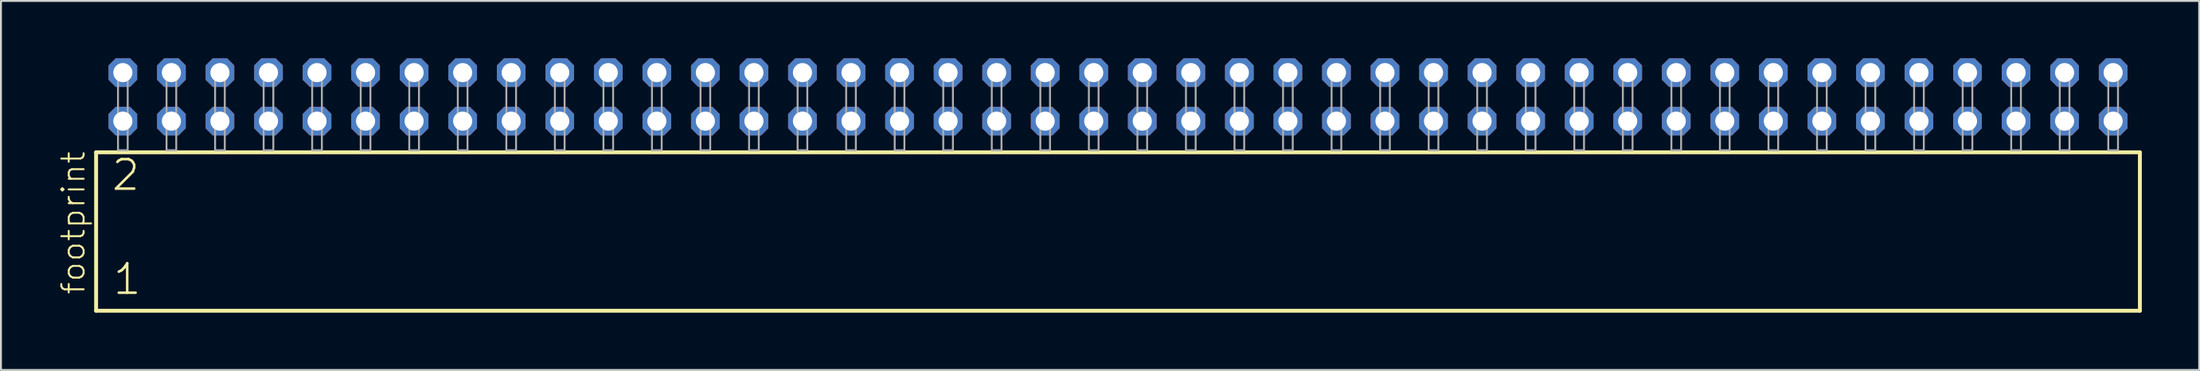
<source format=kicad_pcb>
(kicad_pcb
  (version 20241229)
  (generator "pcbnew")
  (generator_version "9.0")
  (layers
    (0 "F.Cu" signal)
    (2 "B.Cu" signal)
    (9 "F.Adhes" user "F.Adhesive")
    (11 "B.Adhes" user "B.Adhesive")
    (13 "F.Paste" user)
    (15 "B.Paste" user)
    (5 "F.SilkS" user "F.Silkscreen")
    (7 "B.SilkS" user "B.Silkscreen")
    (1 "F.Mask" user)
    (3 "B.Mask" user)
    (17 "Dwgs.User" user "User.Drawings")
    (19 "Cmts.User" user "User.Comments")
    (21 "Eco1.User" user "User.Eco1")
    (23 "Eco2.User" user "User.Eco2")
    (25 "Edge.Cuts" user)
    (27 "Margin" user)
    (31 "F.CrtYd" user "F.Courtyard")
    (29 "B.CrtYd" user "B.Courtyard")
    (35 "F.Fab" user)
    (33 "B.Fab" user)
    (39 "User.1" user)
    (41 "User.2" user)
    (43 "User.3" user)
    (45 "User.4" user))
  (footprint "footprint"
    (layer "F.Cu")
    (at 55.448 4.814)
    (property "Reference" "footprint" (at -53.975 7.62 90) (layer "F.SilkS") (effects (font (size 1.168 1.168) (thickness 0.102)) (justify left bottom)))
    (fp_line (start -53.469 0.106) (end -53.469 8.396) (stroke (width 0.203) (type solid)) (layer "F.SilkS"))
    (fp_line (start -53.469 8.396) (end 53.469 8.396) (stroke (width 0.203) (type solid)) (layer "F.SilkS"))
    (fp_line (start 53.469 0.106) (end -53.469 0.106) (stroke (width 0.203) (type solid)) (layer "F.SilkS"))
    (fp_line (start 53.469 8.396) (end 53.469 0.106) (stroke (width 0.203) (type solid)) (layer "F.SilkS"))
    (fp_poly (pts (xy -52.324 0) (xy -51.816 0) (xy -51.816 -4.318) (xy -52.324 -4.318)) (stroke (width 0.1) (type solid)) (fill no) (layer "F.Fab"))
    (fp_poly (pts (xy -49.784 0) (xy -49.276 0) (xy -49.276 -4.318) (xy -49.784 -4.318)) (stroke (width 0.1) (type solid)) (fill no) (layer "F.Fab"))
    (fp_poly (pts (xy -47.244 0) (xy -46.736 0) (xy -46.736 -4.318) (xy -47.244 -4.318)) (stroke (width 0.1) (type solid)) (fill no) (layer "F.Fab"))
    (fp_poly (pts (xy -44.704 0) (xy -44.196 0) (xy -44.196 -4.318) (xy -44.704 -4.318)) (stroke (width 0.1) (type solid)) (fill no) (layer "F.Fab"))
    (fp_poly (pts (xy -42.164 0) (xy -41.656 0) (xy -41.656 -4.318) (xy -42.164 -4.318)) (stroke (width 0.1) (type solid)) (fill no) (layer "F.Fab"))
    (fp_poly (pts (xy -39.624 0) (xy -39.116 0) (xy -39.116 -4.318) (xy -39.624 -4.318)) (stroke (width 0.1) (type solid)) (fill no) (layer "F.Fab"))
    (fp_poly (pts (xy -37.084 0) (xy -36.576 0) (xy -36.576 -4.318) (xy -37.084 -4.318)) (stroke (width 0.1) (type solid)) (fill no) (layer "F.Fab"))
    (fp_poly (pts (xy -34.544 0) (xy -34.036 0) (xy -34.036 -4.318) (xy -34.544 -4.318)) (stroke (width 0.1) (type solid)) (fill no) (layer "F.Fab"))
    (fp_poly (pts (xy -32.004 0) (xy -31.496 0) (xy -31.496 -4.318) (xy -32.004 -4.318)) (stroke (width 0.1) (type solid)) (fill no) (layer "F.Fab"))
    (fp_poly (pts (xy -29.464 0) (xy -28.956 0) (xy -28.956 -4.318) (xy -29.464 -4.318)) (stroke (width 0.1) (type solid)) (fill no) (layer "F.Fab"))
    (fp_poly (pts (xy -26.924 0) (xy -26.416 0) (xy -26.416 -4.318) (xy -26.924 -4.318)) (stroke (width 0.1) (type solid)) (fill no) (layer "F.Fab"))
    (fp_poly (pts (xy -24.384 0) (xy -23.876 0) (xy -23.876 -4.318) (xy -24.384 -4.318)) (stroke (width 0.1) (type solid)) (fill no) (layer "F.Fab"))
    (fp_poly (pts (xy -21.844 0) (xy -21.336 0) (xy -21.336 -4.318) (xy -21.844 -4.318)) (stroke (width 0.1) (type solid)) (fill no) (layer "F.Fab"))
    (fp_poly (pts (xy -19.304 0) (xy -18.796 0) (xy -18.796 -4.318) (xy -19.304 -4.318)) (stroke (width 0.1) (type solid)) (fill no) (layer "F.Fab"))
    (fp_poly (pts (xy -16.764 0) (xy -16.256 0) (xy -16.256 -4.318) (xy -16.764 -4.318)) (stroke (width 0.1) (type solid)) (fill no) (layer "F.Fab"))
    (fp_poly (pts (xy -14.224 0) (xy -13.716 0) (xy -13.716 -4.318) (xy -14.224 -4.318)) (stroke (width 0.1) (type solid)) (fill no) (layer "F.Fab"))
    (fp_poly (pts (xy -11.684 0) (xy -11.176 0) (xy -11.176 -4.318) (xy -11.684 -4.318)) (stroke (width 0.1) (type solid)) (fill no) (layer "F.Fab"))
    (fp_poly (pts (xy -9.144 0) (xy -8.636 0) (xy -8.636 -4.318) (xy -9.144 -4.318)) (stroke (width 0.1) (type solid)) (fill no) (layer "F.Fab"))
    (fp_poly (pts (xy -6.604 0) (xy -6.096 0) (xy -6.096 -4.318) (xy -6.604 -4.318)) (stroke (width 0.1) (type solid)) (fill no) (layer "F.Fab"))
    (fp_poly (pts (xy -4.064 0) (xy -3.556 0) (xy -3.556 -4.318) (xy -4.064 -4.318)) (stroke (width 0.1) (type solid)) (fill no) (layer "F.Fab"))
    (fp_poly (pts (xy -1.524 0) (xy -1.016 0) (xy -1.016 -4.318) (xy -1.524 -4.318)) (stroke (width 0.1) (type solid)) (fill no) (layer "F.Fab"))
    (fp_poly (pts (xy 1.016 0) (xy 1.524 0) (xy 1.524 -4.318) (xy 1.016 -4.318)) (stroke (width 0.1) (type solid)) (fill no) (layer "F.Fab"))
    (fp_poly (pts (xy 3.556 0) (xy 4.064 0) (xy 4.064 -4.318) (xy 3.556 -4.318)) (stroke (width 0.1) (type solid)) (fill no) (layer "F.Fab"))
    (fp_poly (pts (xy 6.096 0) (xy 6.604 0) (xy 6.604 -4.318) (xy 6.096 -4.318)) (stroke (width 0.1) (type solid)) (fill no) (layer "F.Fab"))
    (fp_poly (pts (xy 8.636 0) (xy 9.144 0) (xy 9.144 -4.318) (xy 8.636 -4.318)) (stroke (width 0.1) (type solid)) (fill no) (layer "F.Fab"))
    (fp_poly (pts (xy 11.176 0) (xy 11.684 0) (xy 11.684 -4.318) (xy 11.176 -4.318)) (stroke (width 0.1) (type solid)) (fill no) (layer "F.Fab"))
    (fp_poly (pts (xy 13.716 0) (xy 14.224 0) (xy 14.224 -4.318) (xy 13.716 -4.318)) (stroke (width 0.1) (type solid)) (fill no) (layer "F.Fab"))
    (fp_poly (pts (xy 16.256 0) (xy 16.764 0) (xy 16.764 -4.318) (xy 16.256 -4.318)) (stroke (width 0.1) (type solid)) (fill no) (layer "F.Fab"))
    (fp_poly (pts (xy 18.796 0) (xy 19.304 0) (xy 19.304 -4.318) (xy 18.796 -4.318)) (stroke (width 0.1) (type solid)) (fill no) (layer "F.Fab"))
    (fp_poly (pts (xy 21.336 0) (xy 21.844 0) (xy 21.844 -4.318) (xy 21.336 -4.318)) (stroke (width 0.1) (type solid)) (fill no) (layer "F.Fab"))
    (fp_poly (pts (xy 23.876 0) (xy 24.384 0) (xy 24.384 -4.318) (xy 23.876 -4.318)) (stroke (width 0.1) (type solid)) (fill no) (layer "F.Fab"))
    (fp_poly (pts (xy 26.416 0) (xy 26.924 0) (xy 26.924 -4.318) (xy 26.416 -4.318)) (stroke (width 0.1) (type solid)) (fill no) (layer "F.Fab"))
    (fp_poly (pts (xy 28.956 0) (xy 29.464 0) (xy 29.464 -4.318) (xy 28.956 -4.318)) (stroke (width 0.1) (type solid)) (fill no) (layer "F.Fab"))
    (fp_poly (pts (xy 31.496 0) (xy 32.004 0) (xy 32.004 -4.318) (xy 31.496 -4.318)) (stroke (width 0.1) (type solid)) (fill no) (layer "F.Fab"))
    (fp_poly (pts (xy 34.036 0) (xy 34.544 0) (xy 34.544 -4.318) (xy 34.036 -4.318)) (stroke (width 0.1) (type solid)) (fill no) (layer "F.Fab"))
    (fp_poly (pts (xy 36.576 0) (xy 37.084 0) (xy 37.084 -4.318) (xy 36.576 -4.318)) (stroke (width 0.1) (type solid)) (fill no) (layer "F.Fab"))
    (fp_poly (pts (xy 39.116 0) (xy 39.624 0) (xy 39.624 -4.318) (xy 39.116 -4.318)) (stroke (width 0.1) (type solid)) (fill no) (layer "F.Fab"))
    (fp_poly (pts (xy 41.656 0) (xy 42.164 0) (xy 42.164 -4.318) (xy 41.656 -4.318)) (stroke (width 0.1) (type solid)) (fill no) (layer "F.Fab"))
    (fp_poly (pts (xy 44.196 0) (xy 44.704 0) (xy 44.704 -4.318) (xy 44.196 -4.318)) (stroke (width 0.1) (type solid)) (fill no) (layer "F.Fab"))
    (fp_poly (pts (xy 46.736 0) (xy 47.244 0) (xy 47.244 -4.318) (xy 46.736 -4.318)) (stroke (width 0.1) (type solid)) (fill no) (layer "F.Fab"))
    (fp_poly (pts (xy 49.276 0) (xy 49.784 0) (xy 49.784 -4.318) (xy 49.276 -4.318)) (stroke (width 0.1) (type solid)) (fill no) (layer "F.Fab"))
    (fp_poly (pts (xy 51.816 0) (xy 52.324 0) (xy 52.324 -4.318) (xy 51.816 -4.318)) (stroke (width 0.1) (type solid)) (fill no) (layer "F.Fab"))
    (fp_text user "2" (at -52.74 2.2 0) (layer "F.SilkS") (effects (font (size 1.542 1.542) (thickness 0.134)) (justify left bottom)))
    (fp_text user "1" (at -52.665 7.65 0) (layer "F.SilkS") (effects (font (size 1.542 1.542) (thickness 0.134)) (justify left bottom)))
    (pad "1" thru_hole roundrect (at -52.07 -1.524) (size 1.5 1.5) (drill 1) (layers "*.Cu" "*.Mask") (roundrect_rratio 0.25) (chamfer_ratio 0.25) (chamfer top_left top_right bottom_left bottom_right))
    (pad "2" thru_hole roundrect (at -52.07 -4.064) (size 1.5 1.5) (drill 1) (layers "*.Cu" "*.Mask") (roundrect_rratio 0.25) (chamfer_ratio 0.25) (chamfer top_left top_right bottom_left bottom_right))
    (pad "3" thru_hole roundrect (at -49.53 -1.524) (size 1.5 1.5) (drill 1) (layers "*.Cu" "*.Mask") (roundrect_rratio 0.25) (chamfer_ratio 0.25) (chamfer top_left top_right bottom_left bottom_right))
    (pad "4" thru_hole roundrect (at -49.53 -4.064) (size 1.5 1.5) (drill 1) (layers "*.Cu" "*.Mask") (roundrect_rratio 0.25) (chamfer_ratio 0.25) (chamfer top_left top_right bottom_left bottom_right))
    (pad "5" thru_hole roundrect (at -46.99 -1.524) (size 1.5 1.5) (drill 1) (layers "*.Cu" "*.Mask") (roundrect_rratio 0.25) (chamfer_ratio 0.25) (chamfer top_left top_right bottom_left bottom_right))
    (pad "6" thru_hole roundrect (at -46.99 -4.064) (size 1.5 1.5) (drill 1) (layers "*.Cu" "*.Mask") (roundrect_rratio 0.25) (chamfer_ratio 0.25) (chamfer top_left top_right bottom_left bottom_right))
    (pad "7" thru_hole roundrect (at -44.45 -1.524) (size 1.5 1.5) (drill 1) (layers "*.Cu" "*.Mask") (roundrect_rratio 0.25) (chamfer_ratio 0.25) (chamfer top_left top_right bottom_left bottom_right))
    (pad "8" thru_hole roundrect (at -44.45 -4.064) (size 1.5 1.5) (drill 1) (layers "*.Cu" "*.Mask") (roundrect_rratio 0.25) (chamfer_ratio 0.25) (chamfer top_left top_right bottom_left bottom_right))
    (pad "9" thru_hole roundrect (at -41.91 -1.524) (size 1.5 1.5) (drill 1) (layers "*.Cu" "*.Mask") (roundrect_rratio 0.25) (chamfer_ratio 0.25) (chamfer top_left top_right bottom_left bottom_right))
    (pad "10" thru_hole roundrect (at -41.91 -4.064) (size 1.5 1.5) (drill 1) (layers "*.Cu" "*.Mask") (roundrect_rratio 0.25) (chamfer_ratio 0.25) (chamfer top_left top_right bottom_left bottom_right))
    (pad "11" thru_hole roundrect (at -39.37 -1.524) (size 1.5 1.5) (drill 1) (layers "*.Cu" "*.Mask") (roundrect_rratio 0.25) (chamfer_ratio 0.25) (chamfer top_left top_right bottom_left bottom_right))
    (pad "12" thru_hole roundrect (at -39.37 -4.064) (size 1.5 1.5) (drill 1) (layers "*.Cu" "*.Mask") (roundrect_rratio 0.25) (chamfer_ratio 0.25) (chamfer top_left top_right bottom_left bottom_right))
    (pad "13" thru_hole roundrect (at -36.83 -1.524) (size 1.5 1.5) (drill 1) (layers "*.Cu" "*.Mask") (roundrect_rratio 0.25) (chamfer_ratio 0.25) (chamfer top_left top_right bottom_left bottom_right))
    (pad "14" thru_hole roundrect (at -36.83 -4.064) (size 1.5 1.5) (drill 1) (layers "*.Cu" "*.Mask") (roundrect_rratio 0.25) (chamfer_ratio 0.25) (chamfer top_left top_right bottom_left bottom_right))
    (pad "15" thru_hole roundrect (at -34.29 -1.524) (size 1.5 1.5) (drill 1) (layers "*.Cu" "*.Mask") (roundrect_rratio 0.25) (chamfer_ratio 0.25) (chamfer top_left top_right bottom_left bottom_right))
    (pad "16" thru_hole roundrect (at -34.29 -4.064) (size 1.5 1.5) (drill 1) (layers "*.Cu" "*.Mask") (roundrect_rratio 0.25) (chamfer_ratio 0.25) (chamfer top_left top_right bottom_left bottom_right))
    (pad "17" thru_hole roundrect (at -31.75 -1.524) (size 1.5 1.5) (drill 1) (layers "*.Cu" "*.Mask") (roundrect_rratio 0.25) (chamfer_ratio 0.25) (chamfer top_left top_right bottom_left bottom_right))
    (pad "18" thru_hole roundrect (at -31.75 -4.064) (size 1.5 1.5) (drill 1) (layers "*.Cu" "*.Mask") (roundrect_rratio 0.25) (chamfer_ratio 0.25) (chamfer top_left top_right bottom_left bottom_right))
    (pad "19" thru_hole roundrect (at -29.21 -1.524) (size 1.5 1.5) (drill 1) (layers "*.Cu" "*.Mask") (roundrect_rratio 0.25) (chamfer_ratio 0.25) (chamfer top_left top_right bottom_left bottom_right))
    (pad "20" thru_hole roundrect (at -29.21 -4.064) (size 1.5 1.5) (drill 1) (layers "*.Cu" "*.Mask") (roundrect_rratio 0.25) (chamfer_ratio 0.25) (chamfer top_left top_right bottom_left bottom_right))
    (pad "21" thru_hole roundrect (at -26.67 -1.524) (size 1.5 1.5) (drill 1) (layers "*.Cu" "*.Mask") (roundrect_rratio 0.25) (chamfer_ratio 0.25) (chamfer top_left top_right bottom_left bottom_right))
    (pad "22" thru_hole roundrect (at -26.67 -4.064) (size 1.5 1.5) (drill 1) (layers "*.Cu" "*.Mask") (roundrect_rratio 0.25) (chamfer_ratio 0.25) (chamfer top_left top_right bottom_left bottom_right))
    (pad "23" thru_hole roundrect (at -24.13 -1.524) (size 1.5 1.5) (drill 1) (layers "*.Cu" "*.Mask") (roundrect_rratio 0.25) (chamfer_ratio 0.25) (chamfer top_left top_right bottom_left bottom_right))
    (pad "24" thru_hole roundrect (at -24.13 -4.064) (size 1.5 1.5) (drill 1) (layers "*.Cu" "*.Mask") (roundrect_rratio 0.25) (chamfer_ratio 0.25) (chamfer top_left top_right bottom_left bottom_right))
    (pad "25" thru_hole roundrect (at -21.59 -1.524) (size 1.5 1.5) (drill 1) (layers "*.Cu" "*.Mask") (roundrect_rratio 0.25) (chamfer_ratio 0.25) (chamfer top_left top_right bottom_left bottom_right))
    (pad "26" thru_hole roundrect (at -21.59 -4.064) (size 1.5 1.5) (drill 1) (layers "*.Cu" "*.Mask") (roundrect_rratio 0.25) (chamfer_ratio 0.25) (chamfer top_left top_right bottom_left bottom_right))
    (pad "27" thru_hole roundrect (at -19.05 -1.524) (size 1.5 1.5) (drill 1) (layers "*.Cu" "*.Mask") (roundrect_rratio 0.25) (chamfer_ratio 0.25) (chamfer top_left top_right bottom_left bottom_right))
    (pad "28" thru_hole roundrect (at -19.05 -4.064) (size 1.5 1.5) (drill 1) (layers "*.Cu" "*.Mask") (roundrect_rratio 0.25) (chamfer_ratio 0.25) (chamfer top_left top_right bottom_left bottom_right))
    (pad "29" thru_hole roundrect (at -16.51 -1.524) (size 1.5 1.5) (drill 1) (layers "*.Cu" "*.Mask") (roundrect_rratio 0.25) (chamfer_ratio 0.25) (chamfer top_left top_right bottom_left bottom_right))
    (pad "30" thru_hole roundrect (at -16.51 -4.064) (size 1.5 1.5) (drill 1) (layers "*.Cu" "*.Mask") (roundrect_rratio 0.25) (chamfer_ratio 0.25) (chamfer top_left top_right bottom_left bottom_right))
    (pad "31" thru_hole roundrect (at -13.97 -1.524) (size 1.5 1.5) (drill 1) (layers "*.Cu" "*.Mask") (roundrect_rratio 0.25) (chamfer_ratio 0.25) (chamfer top_left top_right bottom_left bottom_right))
    (pad "32" thru_hole roundrect (at -13.97 -4.064) (size 1.5 1.5) (drill 1) (layers "*.Cu" "*.Mask") (roundrect_rratio 0.25) (chamfer_ratio 0.25) (chamfer top_left top_right bottom_left bottom_right))
    (pad "33" thru_hole roundrect (at -11.43 -1.524) (size 1.5 1.5) (drill 1) (layers "*.Cu" "*.Mask") (roundrect_rratio 0.25) (chamfer_ratio 0.25) (chamfer top_left top_right bottom_left bottom_right))
    (pad "34" thru_hole roundrect (at -11.43 -4.064) (size 1.5 1.5) (drill 1) (layers "*.Cu" "*.Mask") (roundrect_rratio 0.25) (chamfer_ratio 0.25) (chamfer top_left top_right bottom_left bottom_right))
    (pad "35" thru_hole roundrect (at -8.89 -1.524) (size 1.5 1.5) (drill 1) (layers "*.Cu" "*.Mask") (roundrect_rratio 0.25) (chamfer_ratio 0.25) (chamfer top_left top_right bottom_left bottom_right))
    (pad "36" thru_hole roundrect (at -8.89 -4.064) (size 1.5 1.5) (drill 1) (layers "*.Cu" "*.Mask") (roundrect_rratio 0.25) (chamfer_ratio 0.25) (chamfer top_left top_right bottom_left bottom_right))
    (pad "37" thru_hole roundrect (at -6.35 -1.524) (size 1.5 1.5) (drill 1) (layers "*.Cu" "*.Mask") (roundrect_rratio 0.25) (chamfer_ratio 0.25) (chamfer top_left top_right bottom_left bottom_right))
    (pad "38" thru_hole roundrect (at -6.35 -4.064) (size 1.5 1.5) (drill 1) (layers "*.Cu" "*.Mask") (roundrect_rratio 0.25) (chamfer_ratio 0.25) (chamfer top_left top_right bottom_left bottom_right))
    (pad "39" thru_hole roundrect (at -3.81 -1.524) (size 1.5 1.5) (drill 1) (layers "*.Cu" "*.Mask") (roundrect_rratio 0.25) (chamfer_ratio 0.25) (chamfer top_left top_right bottom_left bottom_right))
    (pad "40" thru_hole roundrect (at -3.81 -4.064) (size 1.5 1.5) (drill 1) (layers "*.Cu" "*.Mask") (roundrect_rratio 0.25) (chamfer_ratio 0.25) (chamfer top_left top_right bottom_left bottom_right))
    (pad "41" thru_hole roundrect (at -1.27 -1.524) (size 1.5 1.5) (drill 1) (layers "*.Cu" "*.Mask") (roundrect_rratio 0.25) (chamfer_ratio 0.25) (chamfer top_left top_right bottom_left bottom_right))
    (pad "42" thru_hole roundrect (at -1.27 -4.064) (size 1.5 1.5) (drill 1) (layers "*.Cu" "*.Mask") (roundrect_rratio 0.25) (chamfer_ratio 0.25) (chamfer top_left top_right bottom_left bottom_right))
    (pad "43" thru_hole roundrect (at 1.27 -1.524) (size 1.5 1.5) (drill 1) (layers "*.Cu" "*.Mask") (roundrect_rratio 0.25) (chamfer_ratio 0.25) (chamfer top_left top_right bottom_left bottom_right))
    (pad "44" thru_hole roundrect (at 1.27 -4.064) (size 1.5 1.5) (drill 1) (layers "*.Cu" "*.Mask") (roundrect_rratio 0.25) (chamfer_ratio 0.25) (chamfer top_left top_right bottom_left bottom_right))
    (pad "45" thru_hole roundrect (at 3.81 -1.524) (size 1.5 1.5) (drill 1) (layers "*.Cu" "*.Mask") (roundrect_rratio 0.25) (chamfer_ratio 0.25) (chamfer top_left top_right bottom_left bottom_right))
    (pad "46" thru_hole roundrect (at 3.81 -4.064) (size 1.5 1.5) (drill 1) (layers "*.Cu" "*.Mask") (roundrect_rratio 0.25) (chamfer_ratio 0.25) (chamfer top_left top_right bottom_left bottom_right))
    (pad "47" thru_hole roundrect (at 6.35 -1.524) (size 1.5 1.5) (drill 1) (layers "*.Cu" "*.Mask") (roundrect_rratio 0.25) (chamfer_ratio 0.25) (chamfer top_left top_right bottom_left bottom_right))
    (pad "48" thru_hole roundrect (at 6.35 -4.064) (size 1.5 1.5) (drill 1) (layers "*.Cu" "*.Mask") (roundrect_rratio 0.25) (chamfer_ratio 0.25) (chamfer top_left top_right bottom_left bottom_right))
    (pad "49" thru_hole roundrect (at 8.89 -1.524) (size 1.5 1.5) (drill 1) (layers "*.Cu" "*.Mask") (roundrect_rratio 0.25) (chamfer_ratio 0.25) (chamfer top_left top_right bottom_left bottom_right))
    (pad "50" thru_hole roundrect (at 8.89 -4.064) (size 1.5 1.5) (drill 1) (layers "*.Cu" "*.Mask") (roundrect_rratio 0.25) (chamfer_ratio 0.25) (chamfer top_left top_right bottom_left bottom_right))
    (pad "51" thru_hole roundrect (at 11.43 -1.524) (size 1.5 1.5) (drill 1) (layers "*.Cu" "*.Mask") (roundrect_rratio 0.25) (chamfer_ratio 0.25) (chamfer top_left top_right bottom_left bottom_right))
    (pad "52" thru_hole roundrect (at 11.43 -4.064) (size 1.5 1.5) (drill 1) (layers "*.Cu" "*.Mask") (roundrect_rratio 0.25) (chamfer_ratio 0.25) (chamfer top_left top_right bottom_left bottom_right))
    (pad "53" thru_hole roundrect (at 13.97 -1.524) (size 1.5 1.5) (drill 1) (layers "*.Cu" "*.Mask") (roundrect_rratio 0.25) (chamfer_ratio 0.25) (chamfer top_left top_right bottom_left bottom_right))
    (pad "54" thru_hole roundrect (at 13.97 -4.064) (size 1.5 1.5) (drill 1) (layers "*.Cu" "*.Mask") (roundrect_rratio 0.25) (chamfer_ratio 0.25) (chamfer top_left top_right bottom_left bottom_right))
    (pad "55" thru_hole roundrect (at 16.51 -1.524) (size 1.5 1.5) (drill 1) (layers "*.Cu" "*.Mask") (roundrect_rratio 0.25) (chamfer_ratio 0.25) (chamfer top_left top_right bottom_left bottom_right))
    (pad "56" thru_hole roundrect (at 16.51 -4.064) (size 1.5 1.5) (drill 1) (layers "*.Cu" "*.Mask") (roundrect_rratio 0.25) (chamfer_ratio 0.25) (chamfer top_left top_right bottom_left bottom_right))
    (pad "57" thru_hole roundrect (at 19.05 -1.524) (size 1.5 1.5) (drill 1) (layers "*.Cu" "*.Mask") (roundrect_rratio 0.25) (chamfer_ratio 0.25) (chamfer top_left top_right bottom_left bottom_right))
    (pad "58" thru_hole roundrect (at 19.05 -4.064) (size 1.5 1.5) (drill 1) (layers "*.Cu" "*.Mask") (roundrect_rratio 0.25) (chamfer_ratio 0.25) (chamfer top_left top_right bottom_left bottom_right))
    (pad "59" thru_hole roundrect (at 21.59 -1.524) (size 1.5 1.5) (drill 1) (layers "*.Cu" "*.Mask") (roundrect_rratio 0.25) (chamfer_ratio 0.25) (chamfer top_left top_right bottom_left bottom_right))
    (pad "60" thru_hole roundrect (at 21.59 -4.064) (size 1.5 1.5) (drill 1) (layers "*.Cu" "*.Mask") (roundrect_rratio 0.25) (chamfer_ratio 0.25) (chamfer top_left top_right bottom_left bottom_right))
    (pad "61" thru_hole roundrect (at 24.13 -1.524) (size 1.5 1.5) (drill 1) (layers "*.Cu" "*.Mask") (roundrect_rratio 0.25) (chamfer_ratio 0.25) (chamfer top_left top_right bottom_left bottom_right))
    (pad "62" thru_hole roundrect (at 24.13 -4.064) (size 1.5 1.5) (drill 1) (layers "*.Cu" "*.Mask") (roundrect_rratio 0.25) (chamfer_ratio 0.25) (chamfer top_left top_right bottom_left bottom_right))
    (pad "63" thru_hole roundrect (at 26.67 -1.524) (size 1.5 1.5) (drill 1) (layers "*.Cu" "*.Mask") (roundrect_rratio 0.25) (chamfer_ratio 0.25) (chamfer top_left top_right bottom_left bottom_right))
    (pad "64" thru_hole roundrect (at 26.67 -4.064) (size 1.5 1.5) (drill 1) (layers "*.Cu" "*.Mask") (roundrect_rratio 0.25) (chamfer_ratio 0.25) (chamfer top_left top_right bottom_left bottom_right))
    (pad "65" thru_hole roundrect (at 29.21 -1.524) (size 1.5 1.5) (drill 1) (layers "*.Cu" "*.Mask") (roundrect_rratio 0.25) (chamfer_ratio 0.25) (chamfer top_left top_right bottom_left bottom_right))
    (pad "66" thru_hole roundrect (at 29.21 -4.064) (size 1.5 1.5) (drill 1) (layers "*.Cu" "*.Mask") (roundrect_rratio 0.25) (chamfer_ratio 0.25) (chamfer top_left top_right bottom_left bottom_right))
    (pad "67" thru_hole roundrect (at 31.75 -1.524) (size 1.5 1.5) (drill 1) (layers "*.Cu" "*.Mask") (roundrect_rratio 0.25) (chamfer_ratio 0.25) (chamfer top_left top_right bottom_left bottom_right))
    (pad "68" thru_hole roundrect (at 31.75 -4.064) (size 1.5 1.5) (drill 1) (layers "*.Cu" "*.Mask") (roundrect_rratio 0.25) (chamfer_ratio 0.25) (chamfer top_left top_right bottom_left bottom_right))
    (pad "69" thru_hole roundrect (at 34.29 -1.524) (size 1.5 1.5) (drill 1) (layers "*.Cu" "*.Mask") (roundrect_rratio 0.25) (chamfer_ratio 0.25) (chamfer top_left top_right bottom_left bottom_right))
    (pad "70" thru_hole roundrect (at 34.29 -4.064) (size 1.5 1.5) (drill 1) (layers "*.Cu" "*.Mask") (roundrect_rratio 0.25) (chamfer_ratio 0.25) (chamfer top_left top_right bottom_left bottom_right))
    (pad "71" thru_hole roundrect (at 36.83 -1.524) (size 1.5 1.5) (drill 1) (layers "*.Cu" "*.Mask") (roundrect_rratio 0.25) (chamfer_ratio 0.25) (chamfer top_left top_right bottom_left bottom_right))
    (pad "72" thru_hole roundrect (at 36.83 -4.064) (size 1.5 1.5) (drill 1) (layers "*.Cu" "*.Mask") (roundrect_rratio 0.25) (chamfer_ratio 0.25) (chamfer top_left top_right bottom_left bottom_right))
    (pad "73" thru_hole roundrect (at 39.37 -1.524) (size 1.5 1.5) (drill 1) (layers "*.Cu" "*.Mask") (roundrect_rratio 0.25) (chamfer_ratio 0.25) (chamfer top_left top_right bottom_left bottom_right))
    (pad "74" thru_hole roundrect (at 39.37 -4.064) (size 1.5 1.5) (drill 1) (layers "*.Cu" "*.Mask") (roundrect_rratio 0.25) (chamfer_ratio 0.25) (chamfer top_left top_right bottom_left bottom_right))
    (pad "75" thru_hole roundrect (at 41.91 -1.524) (size 1.5 1.5) (drill 1) (layers "*.Cu" "*.Mask") (roundrect_rratio 0.25) (chamfer_ratio 0.25) (chamfer top_left top_right bottom_left bottom_right))
    (pad "76" thru_hole roundrect (at 41.91 -4.064) (size 1.5 1.5) (drill 1) (layers "*.Cu" "*.Mask") (roundrect_rratio 0.25) (chamfer_ratio 0.25) (chamfer top_left top_right bottom_left bottom_right))
    (pad "77" thru_hole roundrect (at 44.45 -1.524) (size 1.5 1.5) (drill 1) (layers "*.Cu" "*.Mask") (roundrect_rratio 0.25) (chamfer_ratio 0.25) (chamfer top_left top_right bottom_left bottom_right))
    (pad "78" thru_hole roundrect (at 44.45 -4.064) (size 1.5 1.5) (drill 1) (layers "*.Cu" "*.Mask") (roundrect_rratio 0.25) (chamfer_ratio 0.25) (chamfer top_left top_right bottom_left bottom_right))
    (pad "79" thru_hole roundrect (at 46.99 -1.524) (size 1.5 1.5) (drill 1) (layers "*.Cu" "*.Mask") (roundrect_rratio 0.25) (chamfer_ratio 0.25) (chamfer top_left top_right bottom_left bottom_right))
    (pad "80" thru_hole roundrect (at 46.99 -4.064) (size 1.5 1.5) (drill 1) (layers "*.Cu" "*.Mask") (roundrect_rratio 0.25) (chamfer_ratio 0.25) (chamfer top_left top_right bottom_left bottom_right))
    (pad "81" thru_hole roundrect (at 49.53 -1.524) (size 1.5 1.5) (drill 1) (layers "*.Cu" "*.Mask") (roundrect_rratio 0.25) (chamfer_ratio 0.25) (chamfer top_left top_right bottom_left bottom_right))
    (pad "82" thru_hole roundrect (at 49.53 -4.064) (size 1.5 1.5) (drill 1) (layers "*.Cu" "*.Mask") (roundrect_rratio 0.25) (chamfer_ratio 0.25) (chamfer top_left top_right bottom_left bottom_right))
    (pad "83" thru_hole roundrect (at 52.07 -1.524) (size 1.5 1.5) (drill 1) (layers "*.Cu" "*.Mask") (roundrect_rratio 0.25) (chamfer_ratio 0.25) (chamfer top_left top_right bottom_left bottom_right))
    (pad "84" thru_hole roundrect (at 52.07 -4.064) (size 1.5 1.5) (drill 1) (layers "*.Cu" "*.Mask") (roundrect_rratio 0.25) (chamfer_ratio 0.25) (chamfer top_left top_right bottom_left bottom_right)))
  (gr_rect
    (start -3 -3)
    (end 112.019 16.312)
    (stroke (width 0.1) (type default))
    (fill no)
    (layer "Edge.Cuts")))
</source>
